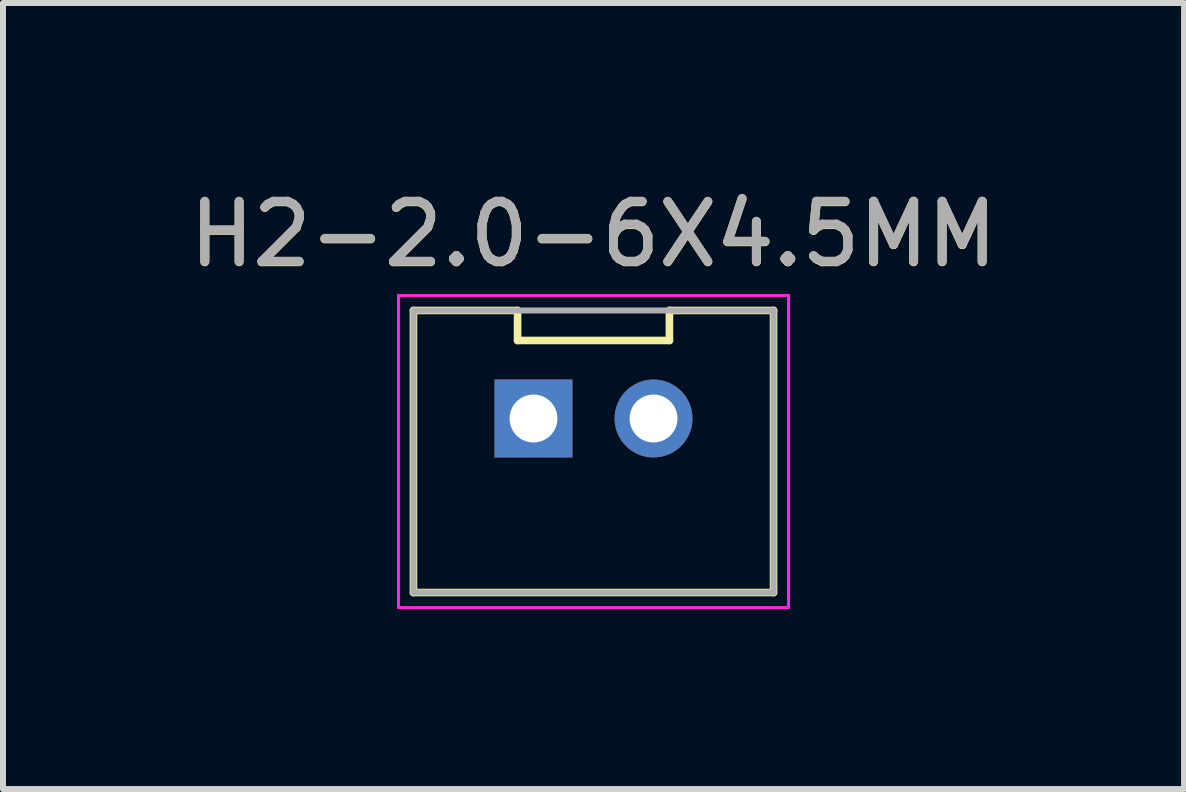
<source format=kicad_pcb>
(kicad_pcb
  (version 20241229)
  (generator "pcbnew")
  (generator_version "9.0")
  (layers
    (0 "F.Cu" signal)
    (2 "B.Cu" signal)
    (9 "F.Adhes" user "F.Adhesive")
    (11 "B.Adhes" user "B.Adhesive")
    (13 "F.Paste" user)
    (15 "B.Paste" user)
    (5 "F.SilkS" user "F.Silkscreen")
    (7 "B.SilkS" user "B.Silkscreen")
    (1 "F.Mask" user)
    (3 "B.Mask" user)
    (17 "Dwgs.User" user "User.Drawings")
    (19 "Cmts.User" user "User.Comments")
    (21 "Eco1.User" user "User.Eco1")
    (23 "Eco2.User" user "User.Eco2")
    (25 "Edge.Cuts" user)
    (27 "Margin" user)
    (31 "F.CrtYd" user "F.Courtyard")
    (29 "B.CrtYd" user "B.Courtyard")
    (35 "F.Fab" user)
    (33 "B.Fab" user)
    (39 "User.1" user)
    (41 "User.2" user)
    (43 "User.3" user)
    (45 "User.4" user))
  (footprint "H2-2.0-6X4.5MM"
    (layer "F.Cu")
    (at 6.839 4.473)
    (property "Reference" "H2-2.0-6X4.5MM" (at 0 -3.617 0) (layer "F.SilkS") (effects (font (size 1 1) (thickness 0.15))))
    (attr exclude_from_pos_files exclude_from_bom)
    (fp_line (start -3 -2.35) (end -1.265 -2.35) (stroke (width 0.127) (type solid)) (layer "F.SilkS"))
    (fp_line (start -3 2.35) (end -3 -2.35) (stroke (width 0.127) (type solid)) (layer "F.SilkS"))
    (fp_line (start -1.265 -2.35) (end -1.265 -1.85) (stroke (width 0.127) (type solid)) (layer "F.SilkS"))
    (fp_line (start -1.265 -1.85) (end 1.265 -1.85) (stroke (width 0.127) (type solid)) (layer "F.SilkS"))
    (fp_line (start 1.265 -1.85) (end 1.265 -2.35) (stroke (width 0.127) (type solid)) (layer "F.SilkS"))
    (fp_line (start 3 -2.35) (end 1.265 -2.35) (stroke (width 0.127) (type solid)) (layer "F.SilkS"))
    (fp_line (start 3 -2.35) (end 3 2.35) (stroke (width 0.127) (type solid)) (layer "F.SilkS"))
    (fp_line (start 3 2.35) (end -3 2.35) (stroke (width 0.127) (type solid)) (layer "F.SilkS"))
    (fp_line (start -3.25 -2.6) (end -3.25 2.6) (stroke (width 0.05) (type solid)) (layer "F.CrtYd"))
    (fp_line (start -3.25 2.6) (end 3.25 2.6) (stroke (width 0.05) (type solid)) (layer "F.CrtYd"))
    (fp_line (start 3.25 -2.6) (end -3.25 -2.6) (stroke (width 0.05) (type solid)) (layer "F.CrtYd"))
    (fp_line (start 3.25 2.6) (end 3.25 -2.6) (stroke (width 0.05) (type solid)) (layer "F.CrtYd"))
    (fp_line (start -3 2.35) (end -3 -2.35) (stroke (width 0.1) (type solid)) (layer "F.Fab"))
    (fp_line (start 3 -2.35) (end -3 -2.35) (stroke (width 0.1) (type solid)) (layer "F.Fab"))
    (fp_line (start 3 -2.35) (end 3 2.35) (stroke (width 0.1) (type solid)) (layer "F.Fab"))
    (fp_line (start 3 2.35) (end -3 2.35) (stroke (width 0.1) (type solid)) (layer "F.Fab"))
    (fp_text user "${REFERENCE}" (at 0 -3.625 0) (layer "F.Fab") (effects (font (size 1 1) (thickness 0.15))))
    (pad "1" thru_hole rect (at -1 -0.55) (size 1.298 1.298) (drill 0.798) (layers "*.Cu" "*.Mask"))
    (pad "2" thru_hole circle (at 1 -0.55) (size 1.298 1.298) (drill 0.798) (layers "*.Cu" "*.Mask")))
  (gr_rect
    (start -3 -3)
    (end 16.679 10.098)
    (stroke (width 0.1) (type default))
    (fill no)
    (layer "Edge.Cuts")))
</source>
